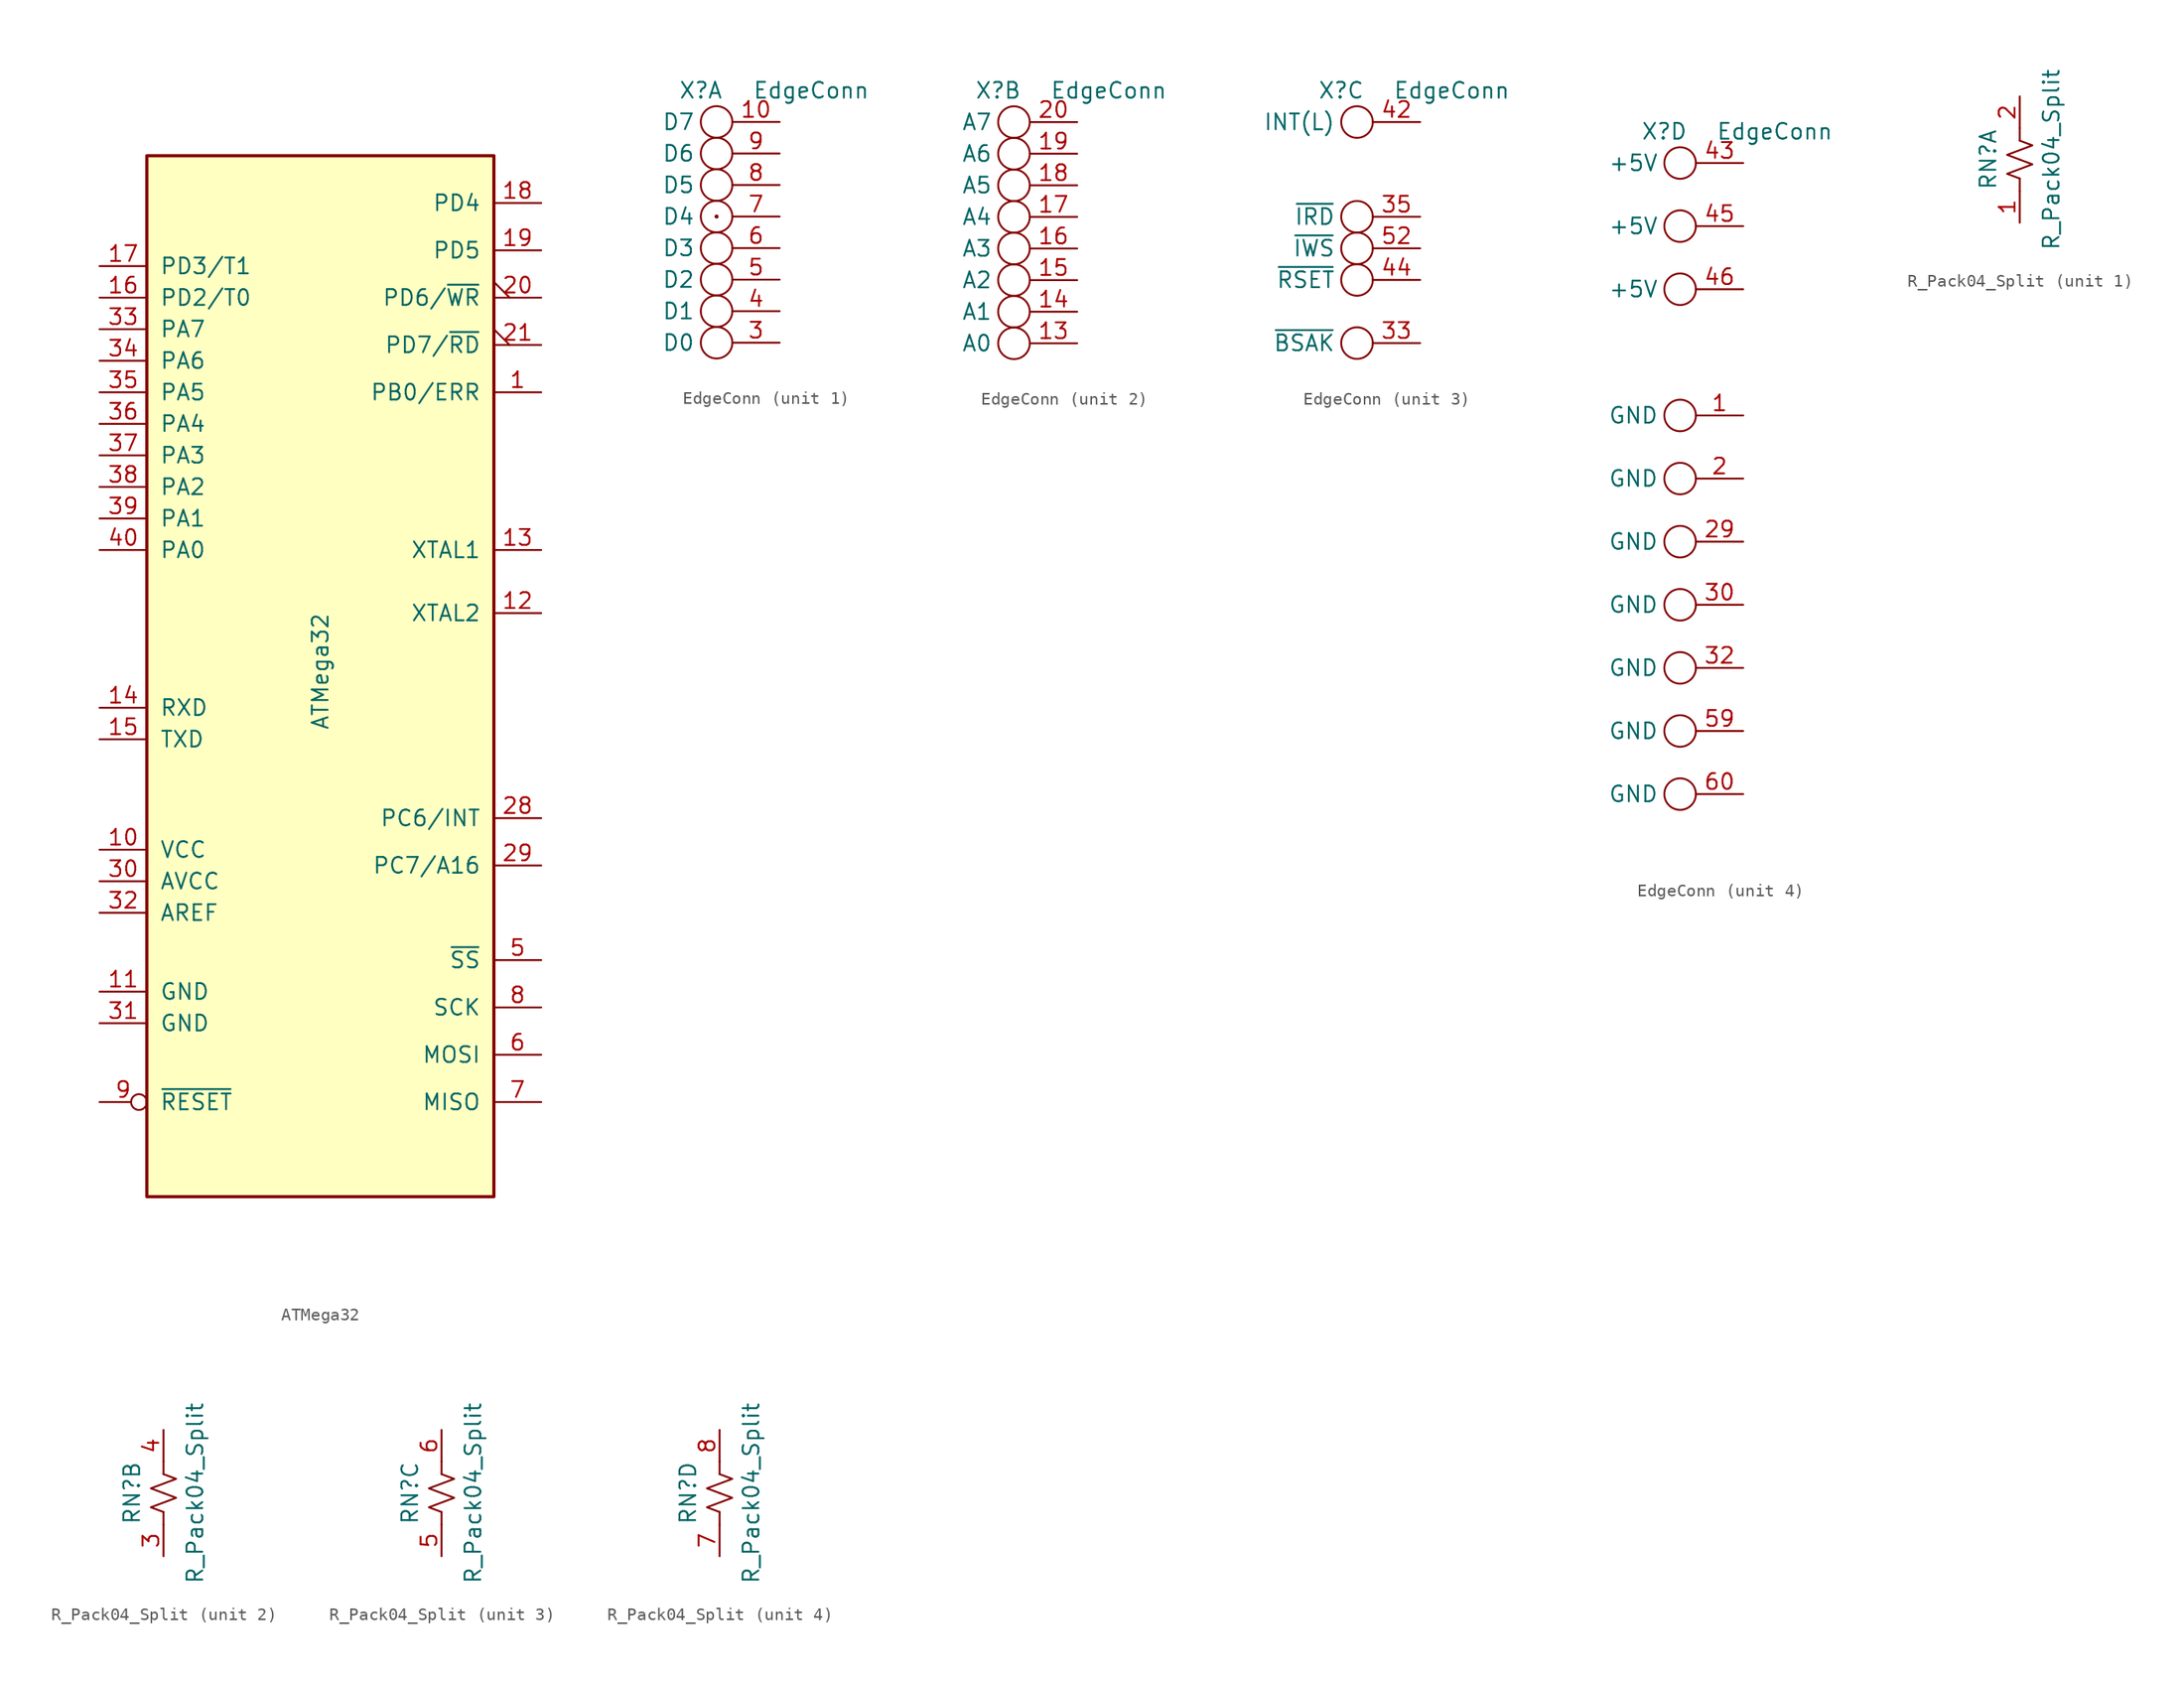
<source format=kicad_sym>
(kicad_symbol_lib
  (version 20241209)
  (generator "kicad_symbol_editor")
  (generator_version "9.0")
  (symbol "ATMega32"
    (pin_names
      (offset 1.016))
    (property "Reference" "U?"
      (at -2.54 38.887 0)
      (effects (font (size 1.27 1.27)) (hide yes)))
    (property "Value" "ATMega32"
      (at 0 -7.239 90)
      (effects (font (size 1.27 1.27))))
    (symbol "ATMega32_1_1"
      (rectangle (start -13.97 34.29) (end 13.97 -49.53) (stroke (width 0.254) (type default)) (fill (type background)))
      (pin input line (at -17.78 25.4 0) (length 3.81) (name "PD3/T1" (effects (font (size 1.27 1.27)))) (number "17" (effects (font (size 1.27 1.27)))))
      (pin input line (at -17.78 22.86 0) (length 3.81) (name "PD2/T0" (effects (font (size 1.27 1.27)))) (number "16" (effects (font (size 1.27 1.27)))))
      (pin bidirectional line (at -17.78 20.32 0) (length 3.81) (name "PA7" (effects (font (size 1.27 1.27)))) (number "33" (effects (font (size 1.27 1.27)))))
      (pin bidirectional line (at -17.78 17.78 0) (length 3.81) (name "PA6" (effects (font (size 1.27 1.27)))) (number "34" (effects (font (size 1.27 1.27)))))
      (pin bidirectional line (at -17.78 15.24 0) (length 3.81) (name "PA5" (effects (font (size 1.27 1.27)))) (number "35" (effects (font (size 1.27 1.27)))))
      (pin bidirectional line (at -17.78 12.7 0) (length 3.81) (name "PA4" (effects (font (size 1.27 1.27)))) (number "36" (effects (font (size 1.27 1.27)))))
      (pin bidirectional line (at -17.78 10.16 0) (length 3.81) (name "PA3" (effects (font (size 1.27 1.27)))) (number "37" (effects (font (size 1.27 1.27)))))
      (pin bidirectional line (at -17.78 7.62 0) (length 3.81) (name "PA2" (effects (font (size 1.27 1.27)))) (number "38" (effects (font (size 1.27 1.27)))))
      (pin bidirectional line (at -17.78 5.08 0) (length 3.81) (name "PA1" (effects (font (size 1.27 1.27)))) (number "39" (effects (font (size 1.27 1.27)))))
      (pin bidirectional line (at -17.78 2.54 0) (length 3.81) (name "PA0" (effects (font (size 1.27 1.27)))) (number "40" (effects (font (size 1.27 1.27)))))
      (pin input line (at -17.78 -10.16 0) (length 3.81) (name "RXD" (effects (font (size 1.27 1.27)))) (number "14" (effects (font (size 1.27 1.27)))))
      (pin output line (at -17.78 -12.7 0) (length 3.81) (name "TXD" (effects (font (size 1.27 1.27)))) (number "15" (effects (font (size 1.27 1.27)))))
      (pin power_in line (at -17.78 -21.59 0) (length 3.81) (name "VCC" (effects (font (size 1.27 1.27)))) (number "10" (effects (font (size 1.27 1.27)))))
      (pin power_in line (at -17.78 -24.13 0) (length 3.81) (name "AVCC" (effects (font (size 1.27 1.27)))) (number "30" (effects (font (size 1.27 1.27)))))
      (pin power_in line (at -17.78 -26.67 0) (length 3.81) (name "AREF" (effects (font (size 1.27 1.27)))) (number "32" (effects (font (size 1.27 1.27)))))
      (pin power_in line (at -17.78 -33.02 0) (length 3.81) (name "GND" (effects (font (size 1.27 1.27)))) (number "11" (effects (font (size 1.27 1.27)))))
      (pin power_in line (at -17.78 -35.56 0) (length 3.81) (name "GND" (effects (font (size 1.27 1.27)))) (number "31" (effects (font (size 1.27 1.27)))))
      (pin input inverted (at -17.78 -41.91 0) (length 3.81) (name "~{RESET}" (effects (font (size 1.27 1.27)))) (number "9" (effects (font (size 1.27 1.27)))))
      (pin no_connect line (at -5.08 -49.53 90) (length 3.81) (hide yes) (name "PC5" (effects (font (size 1.27 1.27)))) (number "27" (effects (font (size 1.27 1.27)))))
      (pin no_connect line (at -2.54 -49.53 90) (length 3.81) (hide yes) (name "PC4" (effects (font (size 1.27 1.27)))) (number "26" (effects (font (size 1.27 1.27)))))
      (pin no_connect line (at -1.27 34.29 270) (length 3.81) (hide yes) (name "PB1" (effects (font (size 1.27 1.27)))) (number "2" (effects (font (size 1.27 1.27)))))
      (pin no_connect line (at 0 -49.53 90) (length 3.81) (hide yes) (name "PC3" (effects (font (size 1.27 1.27)))) (number "25" (effects (font (size 1.27 1.27)))))
      (pin no_connect line (at 1.27 34.29 270) (length 3.81) (hide yes) (name "PB2" (effects (font (size 1.27 1.27)))) (number "3" (effects (font (size 1.27 1.27)))))
      (pin no_connect line (at 2.54 -49.53 90) (length 3.81) (hide yes) (name "PC2" (effects (font (size 1.27 1.27)))) (number "24" (effects (font (size 1.27 1.27)))))
      (pin no_connect line (at 3.81 34.29 270) (length 3.81) (hide yes) (name "PB3" (effects (font (size 1.27 1.27)))) (number "4" (effects (font (size 1.27 1.27)))))
      (pin no_connect inverted (at 5.08 -49.53 90) (length 3.81) (hide yes) (name "PC1" (effects (font (size 1.27 1.27)))) (number "23" (effects (font (size 1.27 1.27)))))
      (pin no_connect inverted (at 7.62 -49.53 90) (length 3.81) (hide yes) (name "PC0" (effects (font (size 1.27 1.27)))) (number "22" (effects (font (size 1.27 1.27)))))
      (pin output line (at 17.78 30.48 180) (length 3.81) (name "PD4" (effects (font (size 1.27 1.27)))) (number "18" (effects (font (size 1.27 1.27)))))
      (pin output line (at 17.78 26.67 180) (length 3.81) (name "PD5" (effects (font (size 1.27 1.27)))) (number "19" (effects (font (size 1.27 1.27)))))
      (pin output output_low (at 17.78 22.86 180) (length 3.81) (name "PD6/~{WR}" (effects (font (size 1.27 1.27)))) (number "20" (effects (font (size 1.27 1.27)))))
      (pin output output_low (at 17.78 19.05 180) (length 3.81) (name "PD7/~{RD}" (effects (font (size 1.27 1.27)))) (number "21" (effects (font (size 1.27 1.27)))))
      (pin output line (at 17.78 15.24 180) (length 3.81) (name "PB0/ERR" (effects (font (size 1.27 1.27)))) (number "1" (effects (font (size 1.27 1.27)))))
      (pin input line (at 17.78 2.54 180) (length 3.81) (name "XTAL1" (effects (font (size 1.27 1.27)))) (number "13" (effects (font (size 1.27 1.27)))))
      (pin output line (at 17.78 -2.54 180) (length 3.81) (name "XTAL2" (effects (font (size 1.27 1.27)))) (number "12" (effects (font (size 1.27 1.27)))))
      (pin output line (at 17.78 -19.05 180) (length 3.81) (name "PC6/INT" (effects (font (size 1.27 1.27)))) (number "28" (effects (font (size 1.27 1.27)))))
      (pin output line (at 17.78 -22.86 180) (length 3.81) (name "PC7/A16" (effects (font (size 1.27 1.27)))) (number "29" (effects (font (size 1.27 1.27)))))
      (pin output line (at 17.78 -30.48 180) (length 3.81) (name "~{SS}" (effects (font (size 1.27 1.27)))) (number "5" (effects (font (size 1.27 1.27)))))
      (pin output line (at 17.78 -34.29 180) (length 3.81) (name "SCK" (effects (font (size 1.27 1.27)))) (number "8" (effects (font (size 1.27 1.27)))))
      (pin output line (at 17.78 -38.1 180) (length 3.81) (name "MOSI" (effects (font (size 1.27 1.27)))) (number "6" (effects (font (size 1.27 1.27)))))
      (pin input line (at 17.78 -41.91 180) (length 3.81) (name "MISO" (effects (font (size 1.27 1.27)))) (number "7" (effects (font (size 1.27 1.27)))))))
  (symbol "EdgeConn"
    (pin_names
      (offset 2.997))
    (property "Reference" "X"
      (at -1.27 10.16 0)
      (effects (font (size 1.27 1.27))))
    (property "Value" "EdgeConn"
      (at 7.62 10.16 0)
      (effects (font (size 1.27 1.27))))
    (property "ki_locked" ""
      (at 0 0 0)
      (effects (font (size 1.27 1.27))))
    (symbol "EdgeConn_1_0"
      (pin passive line (at 5.08 7.62 180) (length 3.81) (name "D7" (effects (font (size 1.27 1.27)))) (number "10" (effects (font (size 1.27 1.27))))))
    (symbol "EdgeConn_1_1"
      (circle (center 0 7.62) (radius 1.27) (stroke (width 0) (type default)) (fill (type none)))
      (circle (center 0 5.08) (radius 1.27) (stroke (width 0) (type default)) (fill (type none)))
      (circle (center 0 2.54) (radius 1.27) (stroke (width 0) (type default)) (fill (type none)))
      (circle (center 0 0) (radius 0.0001) (stroke (width 0) (type default)) (fill (type none)))
      (circle (center 0 0) (radius 0.0001) (stroke (width 0) (type default)) (fill (type none)))
      (circle (center 0 0) (radius 1.27) (stroke (width 0) (type default)) (fill (type none)))
      (circle (center 0 -2.54) (radius 1.27) (stroke (width 0) (type default)) (fill (type none)))
      (circle (center 0 -5.08) (radius 1.27) (stroke (width 0) (type default)) (fill (type none)))
      (circle (center 0 -7.62) (radius 1.27) (stroke (width 0) (type default)) (fill (type none)))
      (circle (center 0 -10.16) (radius 1.27) (stroke (width 0) (type default)) (fill (type none)))
      (pin passive line (at 5.08 5.08 180) (length 3.81) (name "D6" (effects (font (size 1.27 1.27)))) (number "9" (effects (font (size 1.27 1.27)))))
      (pin passive line (at 5.08 2.54 180) (length 3.81) (name "D5" (effects (font (size 1.27 1.27)))) (number "8" (effects (font (size 1.27 1.27)))))
      (pin passive line (at 5.08 0 180) (length 3.81) (name "D4" (effects (font (size 1.27 1.27)))) (number "7" (effects (font (size 1.27 1.27)))))
      (pin passive line (at 5.08 -2.54 180) (length 3.81) (name "D3" (effects (font (size 1.27 1.27)))) (number "6" (effects (font (size 1.27 1.27)))))
      (pin passive line (at 5.08 -5.08 180) (length 3.81) (name "D2" (effects (font (size 1.27 1.27)))) (number "5" (effects (font (size 1.27 1.27)))))
      (pin passive line (at 5.08 -7.62 180) (length 3.81) (name "D1" (effects (font (size 1.27 1.27)))) (number "4" (effects (font (size 1.27 1.27)))))
      (pin passive line (at 5.08 -10.16 180) (length 3.81) (name "D0" (effects (font (size 1.27 1.27)))) (number "3" (effects (font (size 1.27 1.27))))))
    (symbol "EdgeConn_2_0"
      (pin passive line (at 5.08 7.62 180) (length 3.81) (name "A7" (effects (font (size 1.27 1.27)))) (number "20" (effects (font (size 1.27 1.27))))))
    (symbol "EdgeConn_2_1"
      (circle (center 0 7.62) (radius 1.27) (stroke (width 0) (type default)) (fill (type none)))
      (circle (center 0 5.08) (radius 1.27) (stroke (width 0) (type default)) (fill (type none)))
      (circle (center 0 2.54) (radius 1.27) (stroke (width 0) (type default)) (fill (type none)))
      (circle (center 0 0) (radius 1.27) (stroke (width 0) (type default)) (fill (type none)))
      (circle (center 0 -2.54) (radius 1.27) (stroke (width 0) (type default)) (fill (type none)))
      (circle (center 0 -5.08) (radius 1.27) (stroke (width 0) (type default)) (fill (type none)))
      (circle (center 0 -7.62) (radius 1.27) (stroke (width 0) (type default)) (fill (type none)))
      (circle (center 0 -10.16) (radius 1.27) (stroke (width 0) (type default)) (fill (type none)))
      (pin passive line (at 5.08 5.08 180) (length 3.81) (name "A6" (effects (font (size 1.27 1.27)))) (number "19" (effects (font (size 1.27 1.27)))))
      (pin passive line (at 5.08 2.54 180) (length 3.81) (name "A5" (effects (font (size 1.27 1.27)))) (number "18" (effects (font (size 1.27 1.27)))))
      (pin passive line (at 5.08 0 180) (length 3.81) (name "A4" (effects (font (size 1.27 1.27)))) (number "17" (effects (font (size 1.27 1.27)))))
      (pin passive line (at 5.08 -2.54 180) (length 3.81) (name "A3" (effects (font (size 1.27 1.27)))) (number "16" (effects (font (size 1.27 1.27)))))
      (pin passive line (at 5.08 -5.08 180) (length 3.81) (name "A2" (effects (font (size 1.27 1.27)))) (number "15" (effects (font (size 1.27 1.27)))))
      (pin passive line (at 5.08 -7.62 180) (length 3.81) (name "A1" (effects (font (size 1.27 1.27)))) (number "14" (effects (font (size 1.27 1.27)))))
      (pin passive line (at 5.08 -10.16 180) (length 3.81) (name "A0" (effects (font (size 1.27 1.27)))) (number "13" (effects (font (size 1.27 1.27))))))
    (symbol "EdgeConn_3_0"
      (pin passive line (at 5.08 7.62 180) (length 3.81) (name "INT(L)" (effects (font (size 1.27 1.27)))) (number "42" (effects (font (size 1.27 1.27))))))
    (symbol "EdgeConn_3_1"
      (circle (center 0 7.62) (radius 1.27) (stroke (width 0) (type default)) (fill (type none)))
      (circle (center 0 0) (radius 1.27) (stroke (width 0) (type default)) (fill (type none)))
      (circle (center 0 -2.54) (radius 1.27) (stroke (width 0) (type default)) (fill (type none)))
      (circle (center 0 -5.08) (radius 1.27) (stroke (width 0) (type default)) (fill (type none)))
      (circle (center 0 -10.16) (radius 1.27) (stroke (width 0) (type default)) (fill (type none)))
      (pin passive line (at 5.08 0 180) (length 3.81) (name "~{IRD}" (effects (font (size 1.27 1.27)))) (number "35" (effects (font (size 1.27 1.27)))))
      (pin passive line (at 5.08 -2.54 180) (length 3.81) (name "~{IWS}" (effects (font (size 1.27 1.27)))) (number "52" (effects (font (size 1.27 1.27)))))
      (pin passive line (at 5.08 -5.08 180) (length 3.81) (name "~{RSET}" (effects (font (size 1.27 1.27)))) (number "44" (effects (font (size 1.27 1.27)))))
      (pin passive line (at 5.08 -10.16 180) (length 3.81) (name "~{BSAK}" (effects (font (size 1.27 1.27)))) (number "33" (effects (font (size 1.27 1.27))))))
    (symbol "EdgeConn_4_0"
      (pin passive line (at 5.08 7.62 180) (length 3.81) (name "+5V" (effects (font (size 1.27 1.27)))) (number "43" (effects (font (size 1.27 1.27))))))
    (symbol "EdgeConn_4_1"
      (circle (center 0 7.62) (radius 1.27) (stroke (width 0) (type default)) (fill (type none)))
      (circle (center 0 2.54) (radius 1.27) (stroke (width 0) (type default)) (fill (type none)))
      (circle (center 0 -2.54) (radius 1.27) (stroke (width 0) (type default)) (fill (type none)))
      (circle (center 0 -12.7) (radius 1.27) (stroke (width 0) (type default)) (fill (type none)))
      (circle (center 0 -17.78) (radius 1.27) (stroke (width 0) (type default)) (fill (type none)))
      (circle (center 0 -22.86) (radius 1.27) (stroke (width 0) (type default)) (fill (type none)))
      (circle (center 0 -27.94) (radius 1.27) (stroke (width 0) (type default)) (fill (type none)))
      (circle (center 0 -33.02) (radius 1.27) (stroke (width 0) (type default)) (fill (type none)))
      (circle (center 0 -38.1) (radius 1.27) (stroke (width 0) (type default)) (fill (type none)))
      (circle (center 0 -43.18) (radius 1.27) (stroke (width 0) (type default)) (fill (type none)))
      (pin passive line (at 5.08 2.54 180) (length 3.81) (name "+5V" (effects (font (size 1.27 1.27)))) (number "45" (effects (font (size 1.27 1.27)))))
      (pin passive line (at 5.08 -2.54 180) (length 3.81) (name "+5V" (effects (font (size 1.27 1.27)))) (number "46" (effects (font (size 1.27 1.27)))))
      (pin passive line (at 5.08 -12.7 180) (length 3.81) (name "GND" (effects (font (size 1.27 1.27)))) (number "1" (effects (font (size 1.27 1.27)))))
      (pin passive line (at 5.08 -17.78 180) (length 3.81) (name "GND" (effects (font (size 1.27 1.27)))) (number "2" (effects (font (size 1.27 1.27)))))
      (pin passive line (at 5.08 -22.86 180) (length 3.81) (name "GND" (effects (font (size 1.27 1.27)))) (number "29" (effects (font (size 1.27 1.27)))))
      (pin passive line (at 5.08 -27.94 180) (length 3.81) (name "GND" (effects (font (size 1.27 1.27)))) (number "30" (effects (font (size 1.27 1.27)))))
      (pin passive line (at 5.08 -33.02 180) (length 3.81) (name "GND" (effects (font (size 1.27 1.27)))) (number "32" (effects (font (size 1.27 1.27)))))
      (pin passive line (at 5.08 -38.1 180) (length 3.81) (name "GND" (effects (font (size 1.27 1.27)))) (number "59" (effects (font (size 1.27 1.27)))))
      (pin passive line (at 5.08 -43.18 180) (length 3.81) (name "GND" (effects (font (size 1.27 1.27)))) (number "60" (effects (font (size 1.27 1.27)))))))
  (symbol "R_Pack04_Split"
    (pin_names
      (offset 0.002)
      (hide yes))
    (property "Reference" "RN"
      (at -2.54 0 90)
      (effects (font (size 1.27 1.27))))
    (property "Value" "R_Pack04_Split"
      (at 2.54 0 90)
      (effects (font (size 1.27 1.27))))
    (symbol "R_Pack04_Split_0_1"
      (polyline (pts (xy 0 1.524) (xy 0 2.54)) (stroke (width 0) (type default)) (fill (type none)))
      (polyline (pts (xy 0 -1.524) (xy 0 -2.54)) (stroke (width 0) (type default)) (fill (type none))))
    (symbol "R_Pack04_Split_1_1"
      (polyline (pts (xy 0 1.524) (xy 1.016 1.143) (xy 0 0.762) (xy -1.016 0.381) (xy 0 0)) (stroke (width 0) (type default)) (fill (type none)))
      (polyline (pts (xy 0 0) (xy 1.016 -0.381) (xy 0 -0.762) (xy -1.016 -1.143) (xy 0 -1.524)) (stroke (width 0) (type default)) (fill (type none)))
      (pin passive line (at 0 5.08 270) (length 2.54) (name "R1.2" (effects (font (size 1.27 1.27)))) (number "2" (effects (font (size 1.27 1.27)))))
      (pin passive line (at 0 -5.08 90) (length 2.54) (name "R1.1" (effects (font (size 1.27 1.27)))) (number "1" (effects (font (size 1.27 1.27))))))
    (symbol "R_Pack04_Split_2_1"
      (polyline (pts (xy 0 1.524) (xy 1.016 1.143) (xy 0 0.762) (xy -1.016 0.381) (xy 0 0)) (stroke (width 0) (type default)) (fill (type none)))
      (polyline (pts (xy 0 0) (xy 1.016 -0.381) (xy 0 -0.762) (xy -1.016 -1.143) (xy 0 -1.524)) (stroke (width 0) (type default)) (fill (type none)))
      (pin passive line (at 0 5.08 270) (length 2.54) (name "R2.2" (effects (font (size 1.27 1.27)))) (number "4" (effects (font (size 1.27 1.27)))))
      (pin passive line (at 0 -5.08 90) (length 2.54) (name "R2.1" (effects (font (size 1.27 1.27)))) (number "3" (effects (font (size 1.27 1.27))))))
    (symbol "R_Pack04_Split_3_1"
      (polyline (pts (xy 0 1.524) (xy 1.016 1.143) (xy 0 0.762) (xy -1.016 0.381) (xy 0 0)) (stroke (width 0) (type default)) (fill (type none)))
      (polyline (pts (xy 0 0) (xy 1.016 -0.381) (xy 0 -0.762) (xy -1.016 -1.143) (xy 0 -1.524)) (stroke (width 0) (type default)) (fill (type none)))
      (pin passive line (at 0 5.08 270) (length 2.54) (name "R3.2" (effects (font (size 1.27 1.27)))) (number "6" (effects (font (size 1.27 1.27)))))
      (pin passive line (at 0 -5.08 90) (length 2.54) (name "R3.1" (effects (font (size 1.27 1.27)))) (number "5" (effects (font (size 1.27 1.27))))))
    (symbol "R_Pack04_Split_4_1"
      (polyline (pts (xy 0 1.524) (xy 1.016 1.143) (xy 0 0.762) (xy -1.016 0.381) (xy 0 0)) (stroke (width 0) (type default)) (fill (type none)))
      (polyline (pts (xy 0 0) (xy 1.016 -0.381) (xy 0 -0.762) (xy -1.016 -1.143) (xy 0 -1.524)) (stroke (width 0) (type default)) (fill (type none)))
      (pin passive line (at 0 5.08 270) (length 2.54) (name "R4.2" (effects (font (size 1.27 1.27)))) (number "8" (effects (font (size 1.27 1.27)))))
      (pin passive line (at 0 -5.08 90) (length 2.54) (name "R4.1" (effects (font (size 1.27 1.27)))) (number "7" (effects (font (size 1.27 1.27))))))))
</source>
